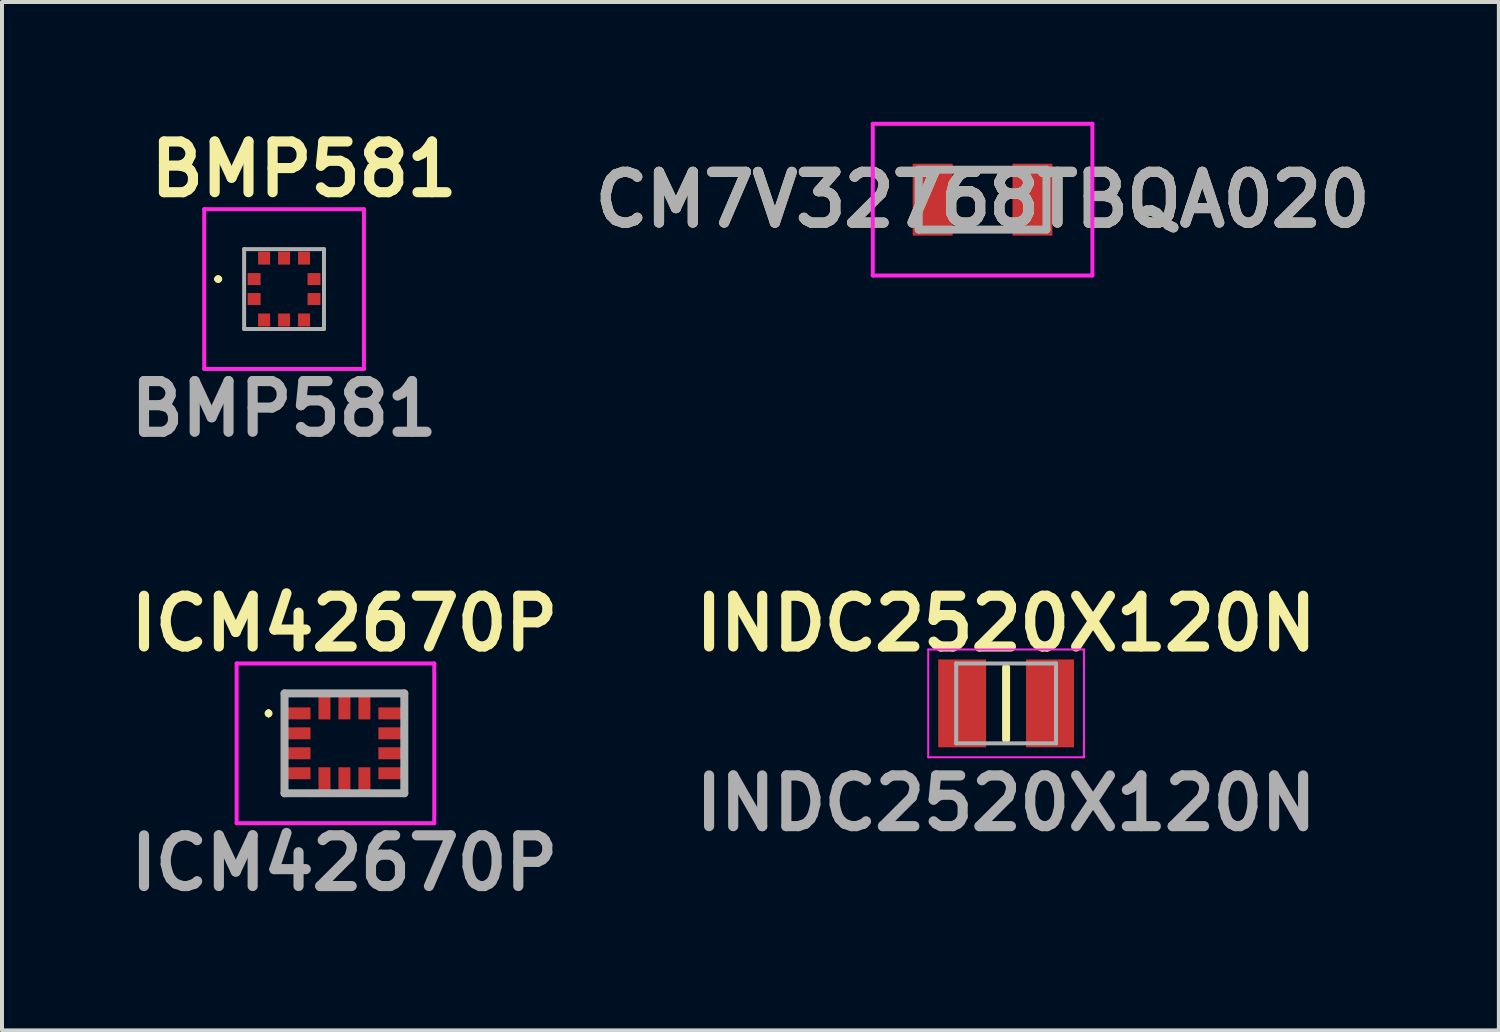
<source format=kicad_pcb>
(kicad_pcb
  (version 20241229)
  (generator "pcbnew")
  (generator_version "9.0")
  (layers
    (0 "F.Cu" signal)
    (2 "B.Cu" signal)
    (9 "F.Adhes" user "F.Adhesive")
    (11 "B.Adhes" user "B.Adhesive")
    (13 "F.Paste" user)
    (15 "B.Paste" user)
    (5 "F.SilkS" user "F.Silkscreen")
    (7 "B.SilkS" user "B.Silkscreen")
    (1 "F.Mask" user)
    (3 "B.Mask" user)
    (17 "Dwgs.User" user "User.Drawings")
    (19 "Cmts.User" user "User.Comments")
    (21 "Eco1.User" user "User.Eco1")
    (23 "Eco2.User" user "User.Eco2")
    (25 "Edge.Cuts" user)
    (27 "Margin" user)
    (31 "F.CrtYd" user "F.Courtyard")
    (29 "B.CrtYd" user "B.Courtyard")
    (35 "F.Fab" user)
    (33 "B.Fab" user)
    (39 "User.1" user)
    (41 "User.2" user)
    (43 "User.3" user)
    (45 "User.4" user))
  (footprint "ICM42670P"
    (layer "F.Cu")
    (at 5.576 15.566)
    (property "Reference" "ICM42670P" (at 0 -3 0) (layer "F.SilkS") (effects (font (size 1.27 1.27) (thickness 0.254))))
    (attr smd)
    (fp_line (start -1.9 -0.8) (end -1.9 -0.8) (stroke (width 0.1) (type solid)) (layer "F.SilkS"))
    (fp_line (start -1.9 -0.7) (end -1.9 -0.7) (stroke (width 0.1) (type solid)) (layer "F.SilkS"))
    (fp_line (start -1.5 -1.25) (end -0.8 -1.25) (stroke (width 0.1) (type solid)) (layer "F.SilkS"))
    (fp_line (start -1.5 -1) (end -1.5 -1.25) (stroke (width 0.1) (type solid)) (layer "F.SilkS"))
    (fp_line (start -1.5 1.1) (end -1.5 1.25) (stroke (width 0.1) (type solid)) (layer "F.SilkS"))
    (fp_line (start -1.5 1.25) (end -0.8 1.25) (stroke (width 0.1) (type solid)) (layer "F.SilkS"))
    (fp_line (start 0.8 -1.25) (end 1.5 -1.25) (stroke (width 0.1) (type solid)) (layer "F.SilkS"))
    (fp_line (start 0.8 1.25) (end 1.5 1.25) (stroke (width 0.1) (type solid)) (layer "F.SilkS"))
    (fp_line (start 1.5 -1.25) (end 1.5 -1) (stroke (width 0.1) (type solid)) (layer "F.SilkS"))
    (fp_line (start 1.5 1.25) (end 1.5 1) (stroke (width 0.1) (type solid)) (layer "F.SilkS"))
    (fp_arc (start -1.9 -0.8) (mid -1.85 -0.75) (end -1.9 -0.7) (stroke (width 0.1) (type solid)) (layer "F.SilkS"))
    (fp_arc (start -1.9 -0.7) (mid -1.95 -0.75) (end -1.9 -0.8) (stroke (width 0.1) (type solid)) (layer "F.SilkS"))
    (fp_line (start -2.7 -2) (end 2.25 -2) (stroke (width 0.1) (type solid)) (layer "F.CrtYd"))
    (fp_line (start -2.7 2) (end -2.7 -2) (stroke (width 0.1) (type solid)) (layer "F.CrtYd"))
    (fp_line (start 2.25 -2) (end 2.25 2) (stroke (width 0.1) (type solid)) (layer "F.CrtYd"))
    (fp_line (start 2.25 2) (end -2.7 2) (stroke (width 0.1) (type solid)) (layer "F.CrtYd"))
    (fp_line (start -1.5 -1.25) (end 1.5 -1.25) (stroke (width 0.2) (type solid)) (layer "F.Fab"))
    (fp_line (start -1.5 1.25) (end -1.5 -1.25) (stroke (width 0.2) (type solid)) (layer "F.Fab"))
    (fp_line (start 1.5 -1.25) (end 1.5 1.25) (stroke (width 0.2) (type solid)) (layer "F.Fab"))
    (fp_line (start 1.5 1.25) (end -1.5 1.25) (stroke (width 0.2) (type solid)) (layer "F.Fab"))
    (fp_text user "${REFERENCE}" (at 0 3 0) (layer "F.Fab") (effects (font (size 1.27 1.27) (thickness 0.254))))
    (pad "1" smd rect (at -1.15 -0.75 90) (size 0.3 0.6) (layers "F.Cu" "F.Mask" "F.Paste"))
    (pad "2" smd rect (at -1.15 -0.25 90) (size 0.3 0.6) (layers "F.Cu" "F.Mask" "F.Paste"))
    (pad "3" smd rect (at -1.15 0.25 90) (size 0.3 0.6) (layers "F.Cu" "F.Mask" "F.Paste"))
    (pad "4" smd rect (at -1.15 0.75 90) (size 0.3 0.6) (layers "F.Cu" "F.Mask" "F.Paste"))
    (pad "5" smd rect (at -0.5 0.9) (size 0.3 0.6) (layers "F.Cu" "F.Mask" "F.Paste"))
    (pad "6" smd rect (at 0 0.9) (size 0.3 0.6) (layers "F.Cu" "F.Mask" "F.Paste"))
    (pad "7" smd rect (at 0.5 0.9) (size 0.3 0.6) (layers "F.Cu" "F.Mask" "F.Paste"))
    (pad "8" smd rect (at 1.15 0.75 90) (size 0.3 0.6) (layers "F.Cu" "F.Mask" "F.Paste"))
    (pad "9" smd rect (at 1.15 0.25 90) (size 0.3 0.6) (layers "F.Cu" "F.Mask" "F.Paste"))
    (pad "10" smd rect (at 1.15 -0.25 90) (size 0.3 0.6) (layers "F.Cu" "F.Mask" "F.Paste"))
    (pad "11" smd rect (at 1.15 -0.75 90) (size 0.3 0.6) (layers "F.Cu" "F.Mask" "F.Paste"))
    (pad "12" smd rect (at 0.5 -0.9) (size 0.3 0.6) (layers "F.Cu" "F.Mask" "F.Paste"))
    (pad "13" smd rect (at 0 -0.9) (size 0.3 0.6) (layers "F.Cu" "F.Mask" "F.Paste"))
    (pad "14" smd rect (at -0.5 -0.9) (size 0.3 0.6) (layers "F.Cu" "F.Mask" "F.Paste")))
  (footprint "INDC2520X120N"
    (layer "F.Cu")
    (at 22.147 14.566)
    (property "Reference" "INDC2520X120N" (at 0 -2 0) (layer "F.SilkS") (effects (font (size 1.27 1.27) (thickness 0.254))))
    (attr smd)
    (fp_line (start 0 -0.9) (end 0 0.9) (stroke (width 0.2) (type solid)) (layer "F.SilkS"))
    (fp_line (start -1.95 -1.35) (end 1.95 -1.35) (stroke (width 0.05) (type solid)) (layer "F.CrtYd"))
    (fp_line (start -1.95 1.35) (end -1.95 -1.35) (stroke (width 0.05) (type solid)) (layer "F.CrtYd"))
    (fp_line (start 1.95 -1.35) (end 1.95 1.35) (stroke (width 0.05) (type solid)) (layer "F.CrtYd"))
    (fp_line (start 1.95 1.35) (end -1.95 1.35) (stroke (width 0.05) (type solid)) (layer "F.CrtYd"))
    (fp_line (start -1.25 -1) (end 1.25 -1) (stroke (width 0.1) (type solid)) (layer "F.Fab"))
    (fp_line (start -1.25 1) (end -1.25 -1) (stroke (width 0.1) (type solid)) (layer "F.Fab"))
    (fp_line (start 1.25 -1) (end 1.25 1) (stroke (width 0.1) (type solid)) (layer "F.Fab"))
    (fp_line (start 1.25 1) (end -1.25 1) (stroke (width 0.1) (type solid)) (layer "F.Fab"))
    (fp_text user "${REFERENCE}" (at 0 2.5 0) (layer "F.Fab") (effects (font (size 1.27 1.27) (thickness 0.254))))
    (pad "1" smd rect (at -1.1 0) (size 1.2 2.2) (layers "F.Cu" "F.Mask" "F.Paste"))
    (pad "2" smd rect (at 1.1 0) (size 1.2 2.2) (layers "F.Cu" "F.Mask" "F.Paste")))
  (footprint "BMP581"
    (layer "F.Cu")
    (at 4.064 4.189)
    (property "Reference" "BMP581" (at 0.5 -3 0) (layer "F.SilkS") (effects (font (size 1.27 1.27) (thickness 0.254))))
    (attr smd)
    (fp_line (start -1.7 -0.25) (end -1.7 -0.25) (stroke (width 0.1) (type solid)) (layer "F.SilkS"))
    (fp_line (start -1.6 -0.25) (end -1.6 -0.25) (stroke (width 0.1) (type solid)) (layer "F.SilkS"))
    (fp_arc (start -1.7 -0.25) (mid -1.65 -0.3) (end -1.6 -0.25) (stroke (width 0.1) (type solid)) (layer "F.SilkS"))
    (fp_arc (start -1.6 -0.25) (mid -1.65 -0.2) (end -1.7 -0.25) (stroke (width 0.1) (type solid)) (layer "F.SilkS"))
    (fp_line (start -2 -2) (end 2 -2) (stroke (width 0.1) (type solid)) (layer "F.CrtYd"))
    (fp_line (start -2 2) (end -2 -2) (stroke (width 0.1) (type solid)) (layer "F.CrtYd"))
    (fp_line (start 2 -2) (end 2 2) (stroke (width 0.1) (type solid)) (layer "F.CrtYd"))
    (fp_line (start 2 2) (end -2 2) (stroke (width 0.1) (type solid)) (layer "F.CrtYd"))
    (fp_line (start -1 -1) (end 1 -1) (stroke (width 0.1) (type solid)) (layer "F.Fab"))
    (fp_line (start -1 1) (end -1 -1) (stroke (width 0.1) (type solid)) (layer "F.Fab"))
    (fp_line (start 1 -1) (end 1 1) (stroke (width 0.1) (type solid)) (layer "F.Fab"))
    (fp_line (start 1 1) (end -1 1) (stroke (width 0.1) (type solid)) (layer "F.Fab"))
    (fp_text user "${REFERENCE}" (at 0 3 0) (layer "F.Fab") (effects (font (size 1.27 1.27) (thickness 0.254))))
    (pad "1" smd rect (at -0.75 -0.25 90) (size 0.3 0.325) (layers "F.Cu" "F.Mask" "F.Paste"))
    (pad "2" smd rect (at -0.75 0.25 90) (size 0.3 0.325) (layers "F.Cu" "F.Mask" "F.Paste"))
    (pad "3" smd rect (at -0.5 0.775) (size 0.3 0.325) (layers "F.Cu" "F.Mask" "F.Paste"))
    (pad "4" smd rect (at 0 0.775) (size 0.3 0.325) (layers "F.Cu" "F.Mask" "F.Paste"))
    (pad "5" smd rect (at 0.5 0.775) (size 0.3 0.325) (layers "F.Cu" "F.Mask" "F.Paste"))
    (pad "6" smd rect (at 0.75 0.25 90) (size 0.3 0.325) (layers "F.Cu" "F.Mask" "F.Paste"))
    (pad "7" smd rect (at 0.75 -0.25 90) (size 0.3 0.325) (layers "F.Cu" "F.Mask" "F.Paste"))
    (pad "8" smd rect (at 0.5 -0.775) (size 0.3 0.325) (layers "F.Cu" "F.Mask" "F.Paste"))
    (pad "9" smd rect (at 0 -0.775) (size 0.3 0.325) (layers "F.Cu" "F.Mask" "F.Paste"))
    (pad "10" smd rect (at -0.5 -0.775) (size 0.3 0.325) (layers "F.Cu" "F.Mask" "F.Paste")))
  (footprint "CM7V32768TBQA020"
    (layer "F.Cu")
    (at 21.558 1.95)
    (property "Reference" "CM7V32768TBQA020" (at 0 0 0) (layer "F.SilkS") (effects (font (size 1.27 1.27) (thickness 0.254))))
    (attr smd)
    (fp_line (start -0.5 -0.75) (end 0.5 -0.75) (stroke (width 0.1) (type solid)) (layer "F.SilkS"))
    (fp_line (start -0.5 0.75) (end 0.5 0.75) (stroke (width 0.1) (type solid)) (layer "F.SilkS"))
    (fp_line (start -2.75 -1.9) (end 2.75 -1.9) (stroke (width 0.1) (type solid)) (layer "F.CrtYd"))
    (fp_line (start -2.75 1.9) (end -2.75 -1.9) (stroke (width 0.1) (type solid)) (layer "F.CrtYd"))
    (fp_line (start 2.75 -1.9) (end 2.75 1.9) (stroke (width 0.1) (type solid)) (layer "F.CrtYd"))
    (fp_line (start 2.75 1.9) (end -2.75 1.9) (stroke (width 0.1) (type solid)) (layer "F.CrtYd"))
    (fp_line (start -1.6 -0.75) (end 1.6 -0.75) (stroke (width 0.2) (type solid)) (layer "F.Fab"))
    (fp_line (start -1.6 0.75) (end -1.6 -0.75) (stroke (width 0.2) (type solid)) (layer "F.Fab"))
    (fp_line (start 1.6 -0.75) (end 1.6 0.75) (stroke (width 0.2) (type solid)) (layer "F.Fab"))
    (fp_line (start 1.6 0.75) (end -1.6 0.75) (stroke (width 0.2) (type solid)) (layer "F.Fab"))
    (fp_text user "${REFERENCE}" (at 0 0 0) (layer "F.Fab") (effects (font (size 1.27 1.27) (thickness 0.254))))
    (pad "1" smd rect (at -1.25 0) (size 1 1.8) (layers "F.Cu" "F.Mask" "F.Paste"))
    (pad "2" smd rect (at 1.25 0) (size 1 1.8) (layers "F.Cu" "F.Mask" "F.Paste")))
  (gr_rect
    (start -3 -3)
    (end 34.488 22.755)
    (stroke (width 0.1) (type default))
    (fill no)
    (layer "Edge.Cuts")))
</source>
